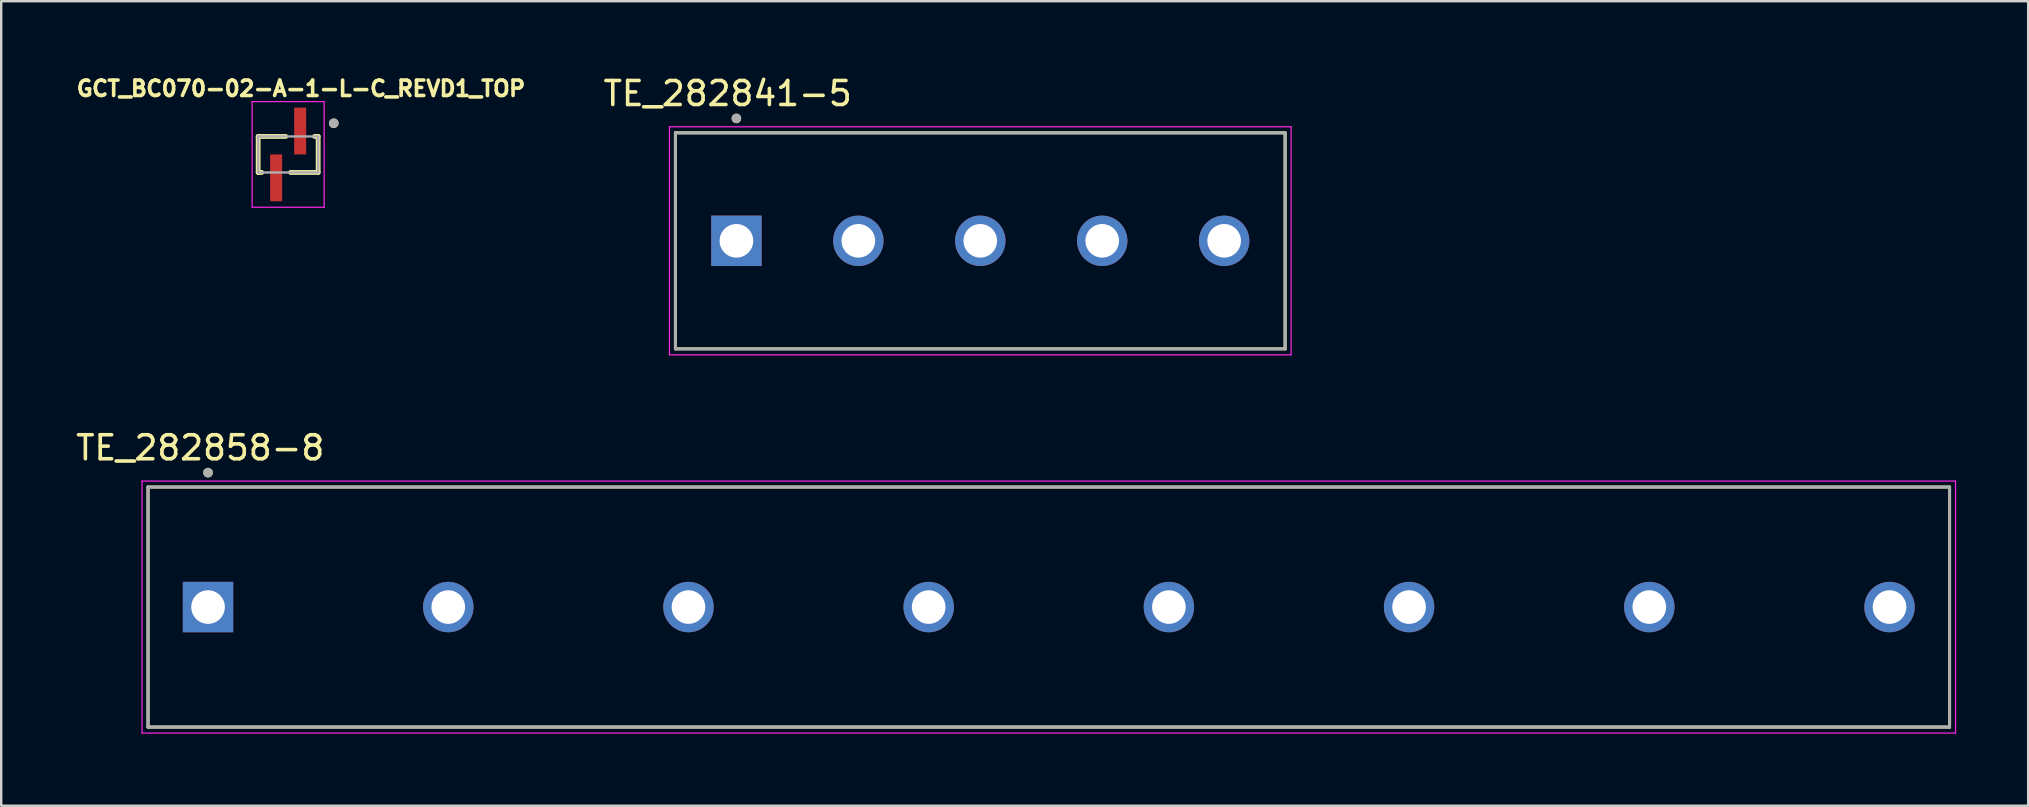
<source format=kicad_pcb>
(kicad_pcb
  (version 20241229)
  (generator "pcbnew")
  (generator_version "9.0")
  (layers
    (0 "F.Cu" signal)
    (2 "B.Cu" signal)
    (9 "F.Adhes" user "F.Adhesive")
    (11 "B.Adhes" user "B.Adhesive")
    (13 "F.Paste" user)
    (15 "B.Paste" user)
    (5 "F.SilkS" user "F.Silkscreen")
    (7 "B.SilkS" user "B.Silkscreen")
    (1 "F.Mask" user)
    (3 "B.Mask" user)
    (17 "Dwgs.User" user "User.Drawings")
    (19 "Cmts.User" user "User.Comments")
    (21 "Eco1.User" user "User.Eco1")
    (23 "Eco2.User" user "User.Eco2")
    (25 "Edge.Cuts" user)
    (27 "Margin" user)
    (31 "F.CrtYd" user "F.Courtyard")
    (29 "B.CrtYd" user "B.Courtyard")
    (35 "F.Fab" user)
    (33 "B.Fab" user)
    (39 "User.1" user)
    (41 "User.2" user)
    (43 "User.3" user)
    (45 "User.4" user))
  (footprint "TE_282841-5"
    (layer "F.Cu")
    (at 37.79 6.983)
    (property "Reference" "TE_282841-5" (at -10.525 -6.135 0) (layer "F.SilkS") (effects (font (size 1 1) (thickness 0.15))))
    (attr through_hole)
    (fp_line (start -12.7 -4.5) (end 12.7 -4.5) (stroke (width 0.127) (type solid)) (layer "F.SilkS"))
    (fp_line (start -12.7 4.5) (end -12.7 -4.5) (stroke (width 0.127) (type solid)) (layer "F.SilkS"))
    (fp_line (start 12.7 -4.5) (end 12.7 4.5) (stroke (width 0.127) (type solid)) (layer "F.SilkS"))
    (fp_line (start 12.7 4.5) (end -12.7 4.5) (stroke (width 0.127) (type solid)) (layer "F.SilkS"))
    (fp_circle (center -10.16 -5.1) (end -10.06 -5.1) (stroke (width 0.2) (type solid)) (fill no) (layer "F.SilkS"))
    (fp_line (start -12.95 -4.75) (end 12.95 -4.75) (stroke (width 0.05) (type solid)) (layer "F.CrtYd"))
    (fp_line (start -12.95 4.75) (end -12.95 -4.75) (stroke (width 0.05) (type solid)) (layer "F.CrtYd"))
    (fp_line (start 12.95 -4.75) (end 12.95 4.75) (stroke (width 0.05) (type solid)) (layer "F.CrtYd"))
    (fp_line (start 12.95 4.75) (end -12.95 4.75) (stroke (width 0.05) (type solid)) (layer "F.CrtYd"))
    (fp_line (start -12.7 -4.5) (end 12.7 -4.5) (stroke (width 0.127) (type solid)) (layer "F.Fab"))
    (fp_line (start -12.7 4.5) (end -12.7 -4.5) (stroke (width 0.127) (type solid)) (layer "F.Fab"))
    (fp_line (start 12.7 -4.5) (end 12.7 4.5) (stroke (width 0.127) (type solid)) (layer "F.Fab"))
    (fp_line (start 12.7 4.5) (end -12.7 4.5) (stroke (width 0.127) (type solid)) (layer "F.Fab"))
    (fp_circle (center -10.16 -5.1) (end -10.06 -5.1) (stroke (width 0.2) (type solid)) (fill no) (layer "F.Fab"))
    (pad "1" thru_hole rect (at -10.16 0) (size 2.1 2.1) (drill 1.4) (layers "*.Cu" "*.Mask"))
    (pad "2" thru_hole circle (at -5.08 0) (size 2.1 2.1) (drill 1.4) (layers "*.Cu" "*.Mask"))
    (pad "3" thru_hole circle (at 0 0) (size 2.1 2.1) (drill 1.4) (layers "*.Cu" "*.Mask"))
    (pad "4" thru_hole circle (at 5.08 0) (size 2.1 2.1) (drill 1.4) (layers "*.Cu" "*.Mask"))
    (pad "5" thru_hole circle (at 10.16 0) (size 2.1 2.1) (drill 1.4) (layers "*.Cu" "*.Mask")))
  (footprint "GCT_BC070-02-A-1-L-C_REVD1_TOP"
    (layer "F.Cu")
    (at 8.955 3.384)
    (property "Reference" "GCT_BC070-02-A-1-L-C_REVD1_TOP" (at 0.532 -2.746 0) (layer "F.SilkS") (effects (font (size 0.64 0.64) (thickness 0.15))))
    (attr through_hole)
    (fp_line (start -1.25 -0.75) (end -0.1 -0.75) (stroke (width 0.2) (type solid)) (layer "F.SilkS"))
    (fp_line (start -1.25 0.75) (end -1.25 -0.75) (stroke (width 0.2) (type solid)) (layer "F.SilkS"))
    (fp_line (start -1.1 0.75) (end -1.25 0.75) (stroke (width 0.2) (type solid)) (layer "F.SilkS"))
    (fp_line (start 1.1 -0.75) (end 1.25 -0.75) (stroke (width 0.2) (type solid)) (layer "F.SilkS"))
    (fp_line (start 1.25 -0.75) (end 1.25 0.75) (stroke (width 0.2) (type solid)) (layer "F.SilkS"))
    (fp_line (start 1.25 0.75) (end 0.1 0.75) (stroke (width 0.2) (type solid)) (layer "F.SilkS"))
    (fp_circle (center 1.9 -1.3) (end 2 -1.3) (stroke (width 0.2) (type solid)) (fill no) (layer "F.SilkS"))
    (fp_line (start -1.5 -2.2) (end 1.5 -2.2) (stroke (width 0.05) (type solid)) (layer "F.CrtYd"))
    (fp_line (start -1.5 2.2) (end -1.5 -2.2) (stroke (width 0.05) (type solid)) (layer "F.CrtYd"))
    (fp_line (start 1.5 -2.2) (end 1.5 2.2) (stroke (width 0.05) (type solid)) (layer "F.CrtYd"))
    (fp_line (start 1.5 2.2) (end -1.5 2.2) (stroke (width 0.05) (type solid)) (layer "F.CrtYd"))
    (fp_line (start -1.25 -0.75) (end 1.25 -0.75) (stroke (width 0.1) (type solid)) (layer "F.Fab"))
    (fp_line (start -1.25 0.75) (end -1.25 -0.75) (stroke (width 0.1) (type solid)) (layer "F.Fab"))
    (fp_line (start 1.25 -0.75) (end 1.25 0.75) (stroke (width 0.1) (type solid)) (layer "F.Fab"))
    (fp_line (start 1.25 0.75) (end -1.25 0.75) (stroke (width 0.1) (type solid)) (layer "F.Fab"))
    (fp_circle (center 1.9 -1.3) (end 2 -1.3) (stroke (width 0.2) (type solid)) (fill no) (layer "F.Fab"))
    (pad "1" smd rect (at 0.5 -0.975) (size 0.5 1.95) (layers "F.Cu" "F.Mask" "F.Paste"))
    (pad "2" smd rect (at -0.5 0.975) (size 0.5 1.95) (layers "F.Cu" "F.Mask" "F.Paste")))
  (footprint "TE_282858-8"
    (layer "F.Cu")
    (at 40.644 22.241)
    (property "Reference" "TE_282858-8" (at -35.352 -6.635 0) (layer "F.SilkS") (effects (font (size 1 1) (thickness 0.15))))
    (attr through_hole)
    (fp_line (start -37.527 -5) (end 37.527 -5) (stroke (width 0.127) (type solid)) (layer "F.SilkS"))
    (fp_line (start -37.527 5) (end -37.527 -5) (stroke (width 0.127) (type solid)) (layer "F.SilkS"))
    (fp_line (start 37.527 -5) (end 37.527 5) (stroke (width 0.127) (type solid)) (layer "F.SilkS"))
    (fp_line (start 37.527 5) (end -37.527 5) (stroke (width 0.127) (type solid)) (layer "F.SilkS"))
    (fp_circle (center -35.027 -5.6) (end -34.927 -5.6) (stroke (width 0.2) (type solid)) (fill no) (layer "F.SilkS"))
    (fp_line (start -37.777 -5.25) (end 37.777 -5.25) (stroke (width 0.05) (type solid)) (layer "F.CrtYd"))
    (fp_line (start -37.777 5.25) (end -37.777 -5.25) (stroke (width 0.05) (type solid)) (layer "F.CrtYd"))
    (fp_line (start 37.777 -5.25) (end 37.777 5.25) (stroke (width 0.05) (type solid)) (layer "F.CrtYd"))
    (fp_line (start 37.777 5.25) (end -37.777 5.25) (stroke (width 0.05) (type solid)) (layer "F.CrtYd"))
    (fp_line (start -37.527 -5) (end 37.527 -5) (stroke (width 0.127) (type solid)) (layer "F.Fab"))
    (fp_line (start -37.527 5) (end -37.527 -5) (stroke (width 0.127) (type solid)) (layer "F.Fab"))
    (fp_line (start 37.527 -5) (end 37.527 5) (stroke (width 0.127) (type solid)) (layer "F.Fab"))
    (fp_line (start 37.527 5) (end -37.527 5) (stroke (width 0.127) (type solid)) (layer "F.Fab"))
    (fp_circle (center -35.027 -5.6) (end -34.927 -5.6) (stroke (width 0.2) (type solid)) (fill no) (layer "F.Fab"))
    (pad "1" thru_hole rect (at -35.027 0) (size 2.1 2.1) (drill 1.4) (layers "*.Cu" "*.Mask"))
    (pad "2" thru_hole circle (at -25.019 0) (size 2.1 2.1) (drill 1.4) (layers "*.Cu" "*.Mask"))
    (pad "3" thru_hole circle (at -15.011 0) (size 2.1 2.1) (drill 1.4) (layers "*.Cu" "*.Mask"))
    (pad "4" thru_hole circle (at -5.004 0) (size 2.1 2.1) (drill 1.4) (layers "*.Cu" "*.Mask"))
    (pad "5" thru_hole circle (at 5.004 0) (size 2.1 2.1) (drill 1.4) (layers "*.Cu" "*.Mask"))
    (pad "6" thru_hole circle (at 15.011 0) (size 2.1 2.1) (drill 1.4) (layers "*.Cu" "*.Mask"))
    (pad "7" thru_hole circle (at 25.019 0) (size 2.1 2.1) (drill 1.4) (layers "*.Cu" "*.Mask"))
    (pad "8" thru_hole circle (at 35.027 0) (size 2.1 2.1) (drill 1.4) (layers "*.Cu" "*.Mask")))
  (gr_rect
    (start -3 -3)
    (end 81.446 30.517)
    (stroke (width 0.1) (type default))
    (fill no)
    (layer "Edge.Cuts")))
</source>
